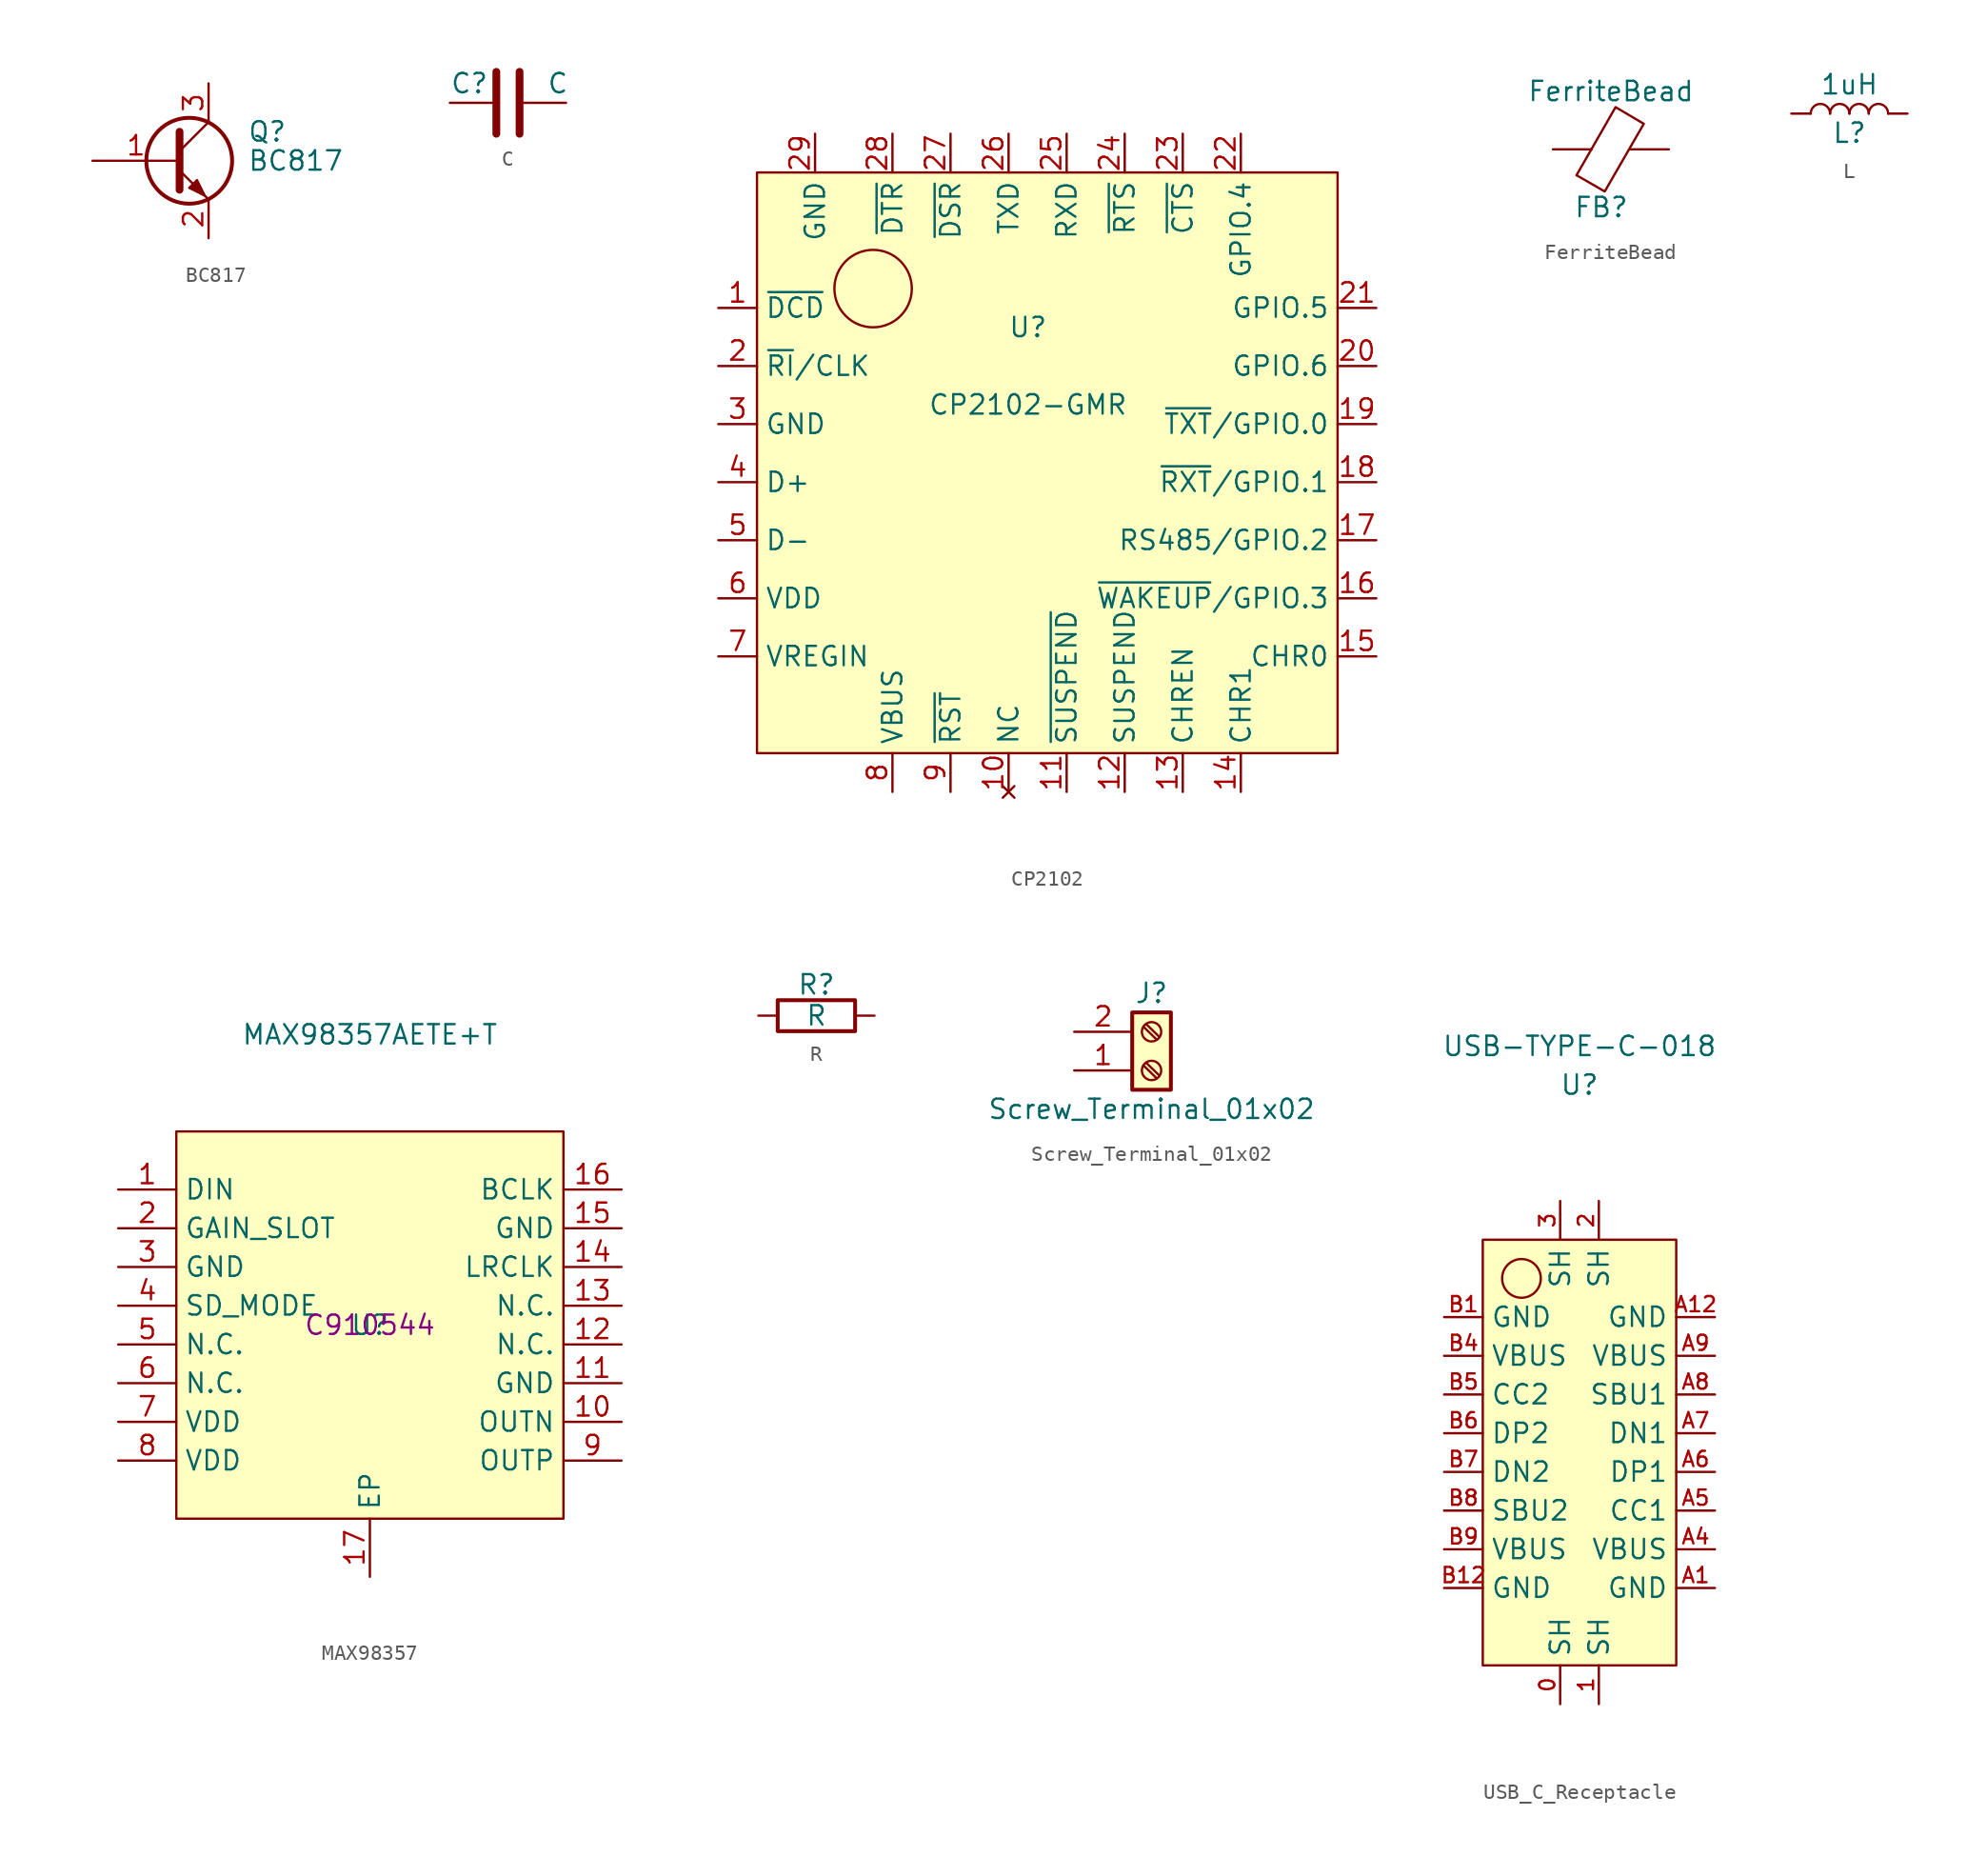
<source format=kicad_sym>
(kicad_symbol_lib
  (version 20220914)
  (generator kicad_symbol_editor)
  (symbol "BC817"
    (pin_names
      (offset 0) hide)
    (property "Reference" "Q"
      (at 5.08 1.905 0)
      (effects (font (size 1.27 1.27)) (justify left)))
    (property "Value" "BC817"
      (at 5.08 0 0)
      (effects (font (size 1.27 1.27)) (justify left)))
    (symbol "BC817_0_1"
      (polyline (pts (xy 0.635 0.635) (xy 2.54 2.54)) (stroke (width 0) (type default)) (fill (type none)))
      (polyline (pts (xy 0.635 -0.635) (xy 2.54 -2.54) (xy 2.54 -2.54)) (stroke (width 0) (type default)) (fill (type none)))
      (polyline (pts (xy 0.635 1.905) (xy 0.635 -1.905) (xy 0.635 -1.905)) (stroke (width 0.508) (type default)) (fill (type none)))
      (polyline (pts (xy 1.27 -1.778) (xy 1.778 -1.27) (xy 2.286 -2.286) (xy 1.27 -1.778) (xy 1.27 -1.778)) (stroke (width 0) (type default)) (fill (type outline)))
      (circle (center 1.27 0) (radius 2.819) (stroke (width 0.254) (type default)) (fill (type none))))
    (symbol "BC817_1_1"
      (pin input line (at -5.08 0 0) (length 5.715) (name "B" (effects (font (size 1.27 1.27)))) (number "1" (effects (font (size 1.27 1.27)))))
      (pin passive line (at 2.54 -5.08 90) (length 2.54) (name "E" (effects (font (size 1.27 1.27)))) (number "2" (effects (font (size 1.27 1.27)))))
      (pin passive line (at 2.54 5.08 270) (length 2.54) (name "C" (effects (font (size 1.27 1.27)))) (number "3" (effects (font (size 1.27 1.27)))))))
  (symbol "C"
    (pin_numbers hide)
    (pin_names
      (offset 0.254))
    (property "Reference" "C"
      (at -3.81 1.27 0)
      (effects (font (size 1.27 1.27)) (justify left)))
    (property "Value" "C"
      (at 2.54 1.27 0)
      (effects (font (size 1.27 1.27)) (justify left)))
    (symbol "C_0_1"
      (polyline (pts (xy -0.762 -2.032) (xy -0.762 2.032)) (stroke (width 0.508) (type default)) (fill (type none)))
      (polyline (pts (xy 0.762 -2.032) (xy 0.762 2.032)) (stroke (width 0.508) (type default)) (fill (type none))))
    (symbol "C_1_1"
      (pin passive line (at -3.81 0 0) (length 2.794) (name "~" (effects (font (size 1.27 1.27)))) (number "1" (effects (font (size 1.27 1.27)))))
      (pin passive line (at 3.81 0 180) (length 2.794) (name "~" (effects (font (size 1.27 1.27)))) (number "2" (effects (font (size 1.27 1.27)))))))
  (symbol "CP2102"
    (property "Reference" "U"
      (at -1.27 8.89 0)
      (effects (font (size 1.27 1.27))))
    (property "Value" "CP2102-GMR"
      (at -1.27 3.81 0)
      (effects (font (size 1.27 1.27))))
    (symbol "CP2102_1_1"
      (rectangle (start -19.05 19.05) (end 19.05 -19.05) (stroke (width 0) (type default)) (fill (type background)))
      (circle (center -11.43 11.43) (radius 2.54) (stroke (width 0) (type default)) (fill (type none)))
      (pin input line (at -21.59 10.16 0) (length 2.54) (name "~{DCD}" (effects (font (size 1.27 1.27)))) (number "1" (effects (font (size 1.27 1.27)))))
      (pin no_connect line (at -2.54 -21.59 90) (length 2.54) (name "NC" (effects (font (size 1.27 1.27)))) (number "10" (effects (font (size 1.27 1.27)))))
      (pin output line (at 1.27 -21.59 90) (length 2.54) (name "~{SUSPEND}" (effects (font (size 1.27 1.27)))) (number "11" (effects (font (size 1.27 1.27)))))
      (pin output line (at 5.08 -21.59 90) (length 2.54) (name "SUSPEND" (effects (font (size 1.27 1.27)))) (number "12" (effects (font (size 1.27 1.27)))))
      (pin output line (at 8.89 -21.59 90) (length 2.54) (name "CHREN" (effects (font (size 1.27 1.27)))) (number "13" (effects (font (size 1.27 1.27)))))
      (pin output line (at 12.7 -21.59 90) (length 2.54) (name "CHR1" (effects (font (size 1.27 1.27)))) (number "14" (effects (font (size 1.27 1.27)))))
      (pin output line (at 21.59 -12.7 180) (length 2.54) (name "CHR0" (effects (font (size 1.27 1.27)))) (number "15" (effects (font (size 1.27 1.27)))))
      (pin bidirectional line (at 21.59 -8.89 180) (length 2.54) (name "~{WAKEUP}/GPIO.3" (effects (font (size 1.27 1.27)))) (number "16" (effects (font (size 1.27 1.27)))))
      (pin bidirectional line (at 21.59 -5.08 180) (length 2.54) (name "RS485/GPIO.2" (effects (font (size 1.27 1.27)))) (number "17" (effects (font (size 1.27 1.27)))))
      (pin bidirectional line (at 21.59 -1.27 180) (length 2.54) (name "~{RXT}/GPIO.1" (effects (font (size 1.27 1.27)))) (number "18" (effects (font (size 1.27 1.27)))))
      (pin bidirectional line (at 21.59 2.54 180) (length 2.54) (name "~{TXT}/GPIO.0" (effects (font (size 1.27 1.27)))) (number "19" (effects (font (size 1.27 1.27)))))
      (pin bidirectional line (at -21.59 6.35 0) (length 2.54) (name "~{RI}/CLK" (effects (font (size 1.27 1.27)))) (number "2" (effects (font (size 1.27 1.27)))))
      (pin bidirectional line (at 21.59 6.35 180) (length 2.54) (name "GPIO.6" (effects (font (size 1.27 1.27)))) (number "20" (effects (font (size 1.27 1.27)))))
      (pin bidirectional line (at 21.59 10.16 180) (length 2.54) (name "GPIO.5" (effects (font (size 1.27 1.27)))) (number "21" (effects (font (size 1.27 1.27)))))
      (pin bidirectional line (at 12.7 21.59 270) (length 2.54) (name "GPIO.4" (effects (font (size 1.27 1.27)))) (number "22" (effects (font (size 1.27 1.27)))))
      (pin input line (at 8.89 21.59 270) (length 2.54) (name "~{CTS}" (effects (font (size 1.27 1.27)))) (number "23" (effects (font (size 1.27 1.27)))))
      (pin output line (at 5.08 21.59 270) (length 2.54) (name "~{RTS}" (effects (font (size 1.27 1.27)))) (number "24" (effects (font (size 1.27 1.27)))))
      (pin input line (at 1.27 21.59 270) (length 2.54) (name "RXD" (effects (font (size 1.27 1.27)))) (number "25" (effects (font (size 1.27 1.27)))))
      (pin output line (at -2.54 21.59 270) (length 2.54) (name "TXD" (effects (font (size 1.27 1.27)))) (number "26" (effects (font (size 1.27 1.27)))))
      (pin input line (at -6.35 21.59 270) (length 2.54) (name "~{DSR}" (effects (font (size 1.27 1.27)))) (number "27" (effects (font (size 1.27 1.27)))))
      (pin output line (at -10.16 21.59 270) (length 2.54) (name "~{DTR}" (effects (font (size 1.27 1.27)))) (number "28" (effects (font (size 1.27 1.27)))))
      (pin passive line (at -15.24 21.59 270) (length 2.54) (name "GND" (effects (font (size 1.27 1.27)))) (number "29" (effects (font (size 1.27 1.27)))))
      (pin power_in line (at -21.59 2.54 0) (length 2.54) (name "GND" (effects (font (size 1.27 1.27)))) (number "3" (effects (font (size 1.27 1.27)))))
      (pin bidirectional line (at -21.59 -1.27 0) (length 2.54) (name "D+" (effects (font (size 1.27 1.27)))) (number "4" (effects (font (size 1.27 1.27)))))
      (pin bidirectional line (at -21.59 -5.08 0) (length 2.54) (name "D-" (effects (font (size 1.27 1.27)))) (number "5" (effects (font (size 1.27 1.27)))))
      (pin power_in line (at -21.59 -8.89 0) (length 2.54) (name "VDD" (effects (font (size 1.27 1.27)))) (number "6" (effects (font (size 1.27 1.27)))))
      (pin power_in line (at -21.59 -12.7 0) (length 2.54) (name "VREGIN" (effects (font (size 1.27 1.27)))) (number "7" (effects (font (size 1.27 1.27)))))
      (pin input line (at -10.16 -21.59 90) (length 2.54) (name "VBUS" (effects (font (size 1.27 1.27)))) (number "8" (effects (font (size 1.27 1.27)))))
      (pin input line (at -6.35 -21.59 90) (length 2.54) (name "~{RST}" (effects (font (size 1.27 1.27)))) (number "9" (effects (font (size 1.27 1.27)))))))
  (symbol "FerriteBead"
    (pin_numbers hide)
    (pin_names
      (offset 0))
    (property "Reference" "FB"
      (at -0.635 -3.81 0)
      (effects (font (size 1.27 1.27))))
    (property "Value" "FerriteBead"
      (at 0 3.81 0)
      (effects (font (size 1.27 1.27))))
    (symbol "FerriteBead_0_1"
      (polyline (pts (xy -1.27 0) (xy -1.295 0)) (stroke (width 0) (type default)) (fill (type none)))
      (polyline (pts (xy 1.27 0) (xy 1.219 0)) (stroke (width 0) (type default)) (fill (type none)))
      (polyline (pts (xy -0.406 -2.769) (xy -2.261 -1.702) (xy 0.305 2.769) (xy 2.159 1.676) (xy -0.406 -2.769)) (stroke (width 0) (type default)) (fill (type none))))
    (symbol "FerriteBead_1_1"
      (pin passive line (at -3.81 0 0) (length 2.54) (name "~" (effects (font (size 1.27 1.27)))) (number "1" (effects (font (size 1.27 1.27)))))
      (pin passive line (at 3.81 0 180) (length 2.54) (name "~" (effects (font (size 1.27 1.27)))) (number "2" (effects (font (size 1.27 1.27)))))))
  (symbol "L"
    (pin_numbers hide)
    (pin_names
      (offset 1.016) hide)
    (property "Reference" "L"
      (at 0 -1.27 0)
      (effects (font (size 1.27 1.27))))
    (property "Value" "1uH"
      (at 0 1.905 0)
      (effects (font (size 1.27 1.27))))
    (symbol "L_0_1"
      (arc (start -1.27 0) (mid -1.905 0.6323) (end -2.54 0) (stroke (width 0) (type default)) (fill (type none)))
      (arc (start 0 0) (mid -0.635 0.6323) (end -1.27 0) (stroke (width 0) (type default)) (fill (type none)))
      (arc (start 1.27 0) (mid 0.635 0.6323) (end 0 0) (stroke (width 0) (type default)) (fill (type none)))
      (arc (start 2.54 0) (mid 1.905 0.6323) (end 1.27 0) (stroke (width 0) (type default)) (fill (type none))))
    (symbol "L_1_1"
      (pin passive line (at -3.81 0 0) (length 1.27) (name "1" (effects (font (size 1.27 1.27)))) (number "1" (effects (font (size 1.27 1.27)))))
      (pin passive line (at 3.81 0 180) (length 1.27) (name "2" (effects (font (size 1.27 1.27)))) (number "2" (effects (font (size 1.27 1.27)))))))
  (symbol "MAX98357"
    (property "Reference" "U"
      (at 0 0 0)
      (effects (font (size 1.27 1.27))))
    (property "Value" "MAX98357AETE+T"
      (at 0 19.05 0)
      (effects (font (size 1.27 1.27))))
    (property "LSCS" "C910544"
      (at 0 0 0)
      (effects (font (size 1.27 1.27))))
    (symbol "MAX98357_1_1"
      (rectangle (start -12.7 12.7) (end 12.7 -12.7) (stroke (width 0) (type default)) (fill (type background)))
      (pin passive line (at -16.51 8.89 0) (length 3.81) (name "DIN" (effects (font (size 1.27 1.27)))) (number "1" (effects (font (size 1.27 1.27)))))
      (pin passive line (at 16.51 -6.35 180) (length 3.81) (name "OUTN" (effects (font (size 1.27 1.27)))) (number "10" (effects (font (size 1.27 1.27)))))
      (pin passive line (at 16.51 -3.81 180) (length 3.81) (name "GND" (effects (font (size 1.27 1.27)))) (number "11" (effects (font (size 1.27 1.27)))))
      (pin passive line (at 16.51 -1.27 180) (length 3.81) (name "N.C." (effects (font (size 1.27 1.27)))) (number "12" (effects (font (size 1.27 1.27)))))
      (pin passive line (at 16.51 1.27 180) (length 3.81) (name "N.C." (effects (font (size 1.27 1.27)))) (number "13" (effects (font (size 1.27 1.27)))))
      (pin passive line (at 16.51 3.81 180) (length 3.81) (name "LRCLK" (effects (font (size 1.27 1.27)))) (number "14" (effects (font (size 1.27 1.27)))))
      (pin passive line (at 16.51 6.35 180) (length 3.81) (name "GND" (effects (font (size 1.27 1.27)))) (number "15" (effects (font (size 1.27 1.27)))))
      (pin passive line (at 16.51 8.89 180) (length 3.81) (name "BCLK" (effects (font (size 1.27 1.27)))) (number "16" (effects (font (size 1.27 1.27)))))
      (pin passive line (at 0 -16.51 90) (length 3.81) (name "EP" (effects (font (size 1.27 1.27)))) (number "17" (effects (font (size 1.27 1.27)))))
      (pin passive line (at -16.51 6.35 0) (length 3.81) (name "GAIN_SLOT" (effects (font (size 1.27 1.27)))) (number "2" (effects (font (size 1.27 1.27)))))
      (pin passive line (at -16.51 3.81 0) (length 3.81) (name "GND" (effects (font (size 1.27 1.27)))) (number "3" (effects (font (size 1.27 1.27)))))
      (pin passive line (at -16.51 1.27 0) (length 3.81) (name "SD_MODE" (effects (font (size 1.27 1.27)))) (number "4" (effects (font (size 1.27 1.27)))))
      (pin passive line (at -16.51 -1.27 0) (length 3.81) (name "N.C." (effects (font (size 1.27 1.27)))) (number "5" (effects (font (size 1.27 1.27)))))
      (pin passive line (at -16.51 -3.81 0) (length 3.81) (name "N.C." (effects (font (size 1.27 1.27)))) (number "6" (effects (font (size 1.27 1.27)))))
      (pin passive line (at -16.51 -6.35 0) (length 3.81) (name "VDD" (effects (font (size 1.27 1.27)))) (number "7" (effects (font (size 1.27 1.27)))))
      (pin passive line (at -16.51 -8.89 0) (length 3.81) (name "VDD" (effects (font (size 1.27 1.27)))) (number "8" (effects (font (size 1.27 1.27)))))
      (pin passive line (at 16.51 -8.89 180) (length 3.81) (name "OUTP" (effects (font (size 1.27 1.27)))) (number "9" (effects (font (size 1.27 1.27)))))))
  (symbol "R"
    (pin_numbers hide)
    (pin_names
      (offset 0))
    (property "Reference" "R"
      (at 0 2.032 0)
      (effects (font (size 1.27 1.27))))
    (property "Value" "R"
      (at 0 0 0)
      (effects (font (size 1.27 1.27))))
    (symbol "R_0_1"
      (rectangle (start 2.54 -1.016) (end -2.54 1.016) (stroke (width 0.254) (type default)) (fill (type none))))
    (symbol "R_1_1"
      (pin passive line (at -3.81 0 0) (length 1.27) (name "~" (effects (font (size 1.27 1.27)))) (number "1" (effects (font (size 1.27 1.27)))))
      (pin passive line (at 3.81 0 180) (length 1.27) (name "~" (effects (font (size 1.27 1.27)))) (number "2" (effects (font (size 1.27 1.27)))))))
  (symbol "Screw_Terminal_01x02"
    (pin_names
      (offset 1.016) hide)
    (property "Reference" "J"
      (at 0 2.54 0)
      (effects (font (size 1.27 1.27))))
    (property "Value" "Screw_Terminal_01x02"
      (at 0 -5.08 0)
      (effects (font (size 1.27 1.27))))
    (symbol "Screw_Terminal_01x02_1_1"
      (rectangle (start -1.27 1.27) (end 1.27 -3.81) (stroke (width 0.254) (type default)) (fill (type background)))
      (circle (center 0 -2.54) (radius 0.635) (stroke (width 0.152) (type default)) (fill (type none)))
      (polyline (pts (xy -0.533 -2.21) (xy 0.33 -3.048)) (stroke (width 0.152) (type default)) (fill (type none)))
      (polyline (pts (xy -0.533 0.33) (xy 0.33 -0.508)) (stroke (width 0.152) (type default)) (fill (type none)))
      (polyline (pts (xy -0.356 -2.032) (xy 0.508 -2.87)) (stroke (width 0.152) (type default)) (fill (type none)))
      (polyline (pts (xy -0.356 0.508) (xy 0.508 -0.33)) (stroke (width 0.152) (type default)) (fill (type none)))
      (circle (center 0 0) (radius 0.635) (stroke (width 0.152) (type default)) (fill (type none)))
      (pin passive line (at -5.08 -2.54 0) (length 3.81) (name "Pin_1" (effects (font (size 1.27 1.27)))) (number "1" (effects (font (size 1.27 1.27)))))
      (pin passive line (at -5.08 0 0) (length 3.81) (name "Pin_2" (effects (font (size 1.27 1.27)))) (number "2" (effects (font (size 1.27 1.27)))))))
  (symbol "USB_C_Receptacle"
    (property "Reference" "U"
      (at 0 22.86 0)
      (effects (font (size 1.27 1.27))))
    (property "Value" "USB-TYPE-C-018"
      (at 0 25.4 0)
      (effects (font (size 1.27 1.27))))
    (symbol "USB_C_Receptacle_1_1"
      (rectangle (start -6.35 12.7) (end 6.35 -15.24) (stroke (width 0) (type default)) (fill (type background)))
      (circle (center -3.81 10.16) (radius 1.27) (stroke (width 0) (type default)) (fill (type none)))
      (pin passive line (at -1.27 -17.78 90) (length 2.54) (name "SH" (effects (font (size 1.27 1.27)))) (number "0" (effects (font (size 1 1)))))
      (pin passive line (at 1.27 -17.78 90) (length 2.54) (name "SH" (effects (font (size 1.27 1.27)))) (number "1" (effects (font (size 1 1)))))
      (pin passive line (at 1.27 15.24 270) (length 2.54) (name "SH" (effects (font (size 1.27 1.27)))) (number "2" (effects (font (size 1 1)))))
      (pin passive line (at -1.27 15.24 270) (length 2.54) (name "SH" (effects (font (size 1.27 1.27)))) (number "3" (effects (font (size 1 1)))))
      (pin passive line (at 8.89 -10.16 180) (length 2.54) (name "GND" (effects (font (size 1.27 1.27)))) (number "A1" (effects (font (size 1 1)))))
      (pin passive line (at 8.89 7.62 180) (length 2.54) (name "GND" (effects (font (size 1.27 1.27)))) (number "A12" (effects (font (size 1 1)))))
      (pin passive line (at 8.89 -7.62 180) (length 2.54) (name "VBUS" (effects (font (size 1.27 1.27)))) (number "A4" (effects (font (size 1 1)))))
      (pin bidirectional line (at 8.89 -5.08 180) (length 2.54) (name "CC1" (effects (font (size 1.27 1.27)))) (number "A5" (effects (font (size 1 1)))))
      (pin bidirectional line (at 8.89 -2.54 180) (length 2.54) (name "DP1" (effects (font (size 1.27 1.27)))) (number "A6" (effects (font (size 1 1)))))
      (pin bidirectional line (at 8.89 0 180) (length 2.54) (name "DN1" (effects (font (size 1.27 1.27)))) (number "A7" (effects (font (size 1 1)))))
      (pin bidirectional line (at 8.89 2.54 180) (length 2.54) (name "SBU1" (effects (font (size 1.27 1.27)))) (number "A8" (effects (font (size 1 1)))))
      (pin passive line (at 8.89 5.08 180) (length 2.54) (name "VBUS" (effects (font (size 1.27 1.27)))) (number "A9" (effects (font (size 1 1)))))
      (pin passive line (at -8.89 7.62 0) (length 2.54) (name "GND" (effects (font (size 1.27 1.27)))) (number "B1" (effects (font (size 1 1)))))
      (pin passive line (at -8.89 -10.16 0) (length 2.54) (name "GND" (effects (font (size 1.27 1.27)))) (number "B12" (effects (font (size 1 1)))))
      (pin passive line (at -8.89 5.08 0) (length 2.54) (name "VBUS" (effects (font (size 1.27 1.27)))) (number "B4" (effects (font (size 1 1)))))
      (pin bidirectional line (at -8.89 2.54 0) (length 2.54) (name "CC2" (effects (font (size 1.27 1.27)))) (number "B5" (effects (font (size 1 1)))))
      (pin bidirectional line (at -8.89 0 0) (length 2.54) (name "DP2" (effects (font (size 1.27 1.27)))) (number "B6" (effects (font (size 1 1)))))
      (pin bidirectional line (at -8.89 -2.54 0) (length 2.54) (name "DN2" (effects (font (size 1.27 1.27)))) (number "B7" (effects (font (size 1 1)))))
      (pin bidirectional line (at -8.89 -5.08 0) (length 2.54) (name "SBU2" (effects (font (size 1.27 1.27)))) (number "B8" (effects (font (size 1 1)))))
      (pin passive line (at -8.89 -7.62 0) (length 2.54) (name "VBUS" (effects (font (size 1.27 1.27)))) (number "B9" (effects (font (size 1 1))))))))
</source>
